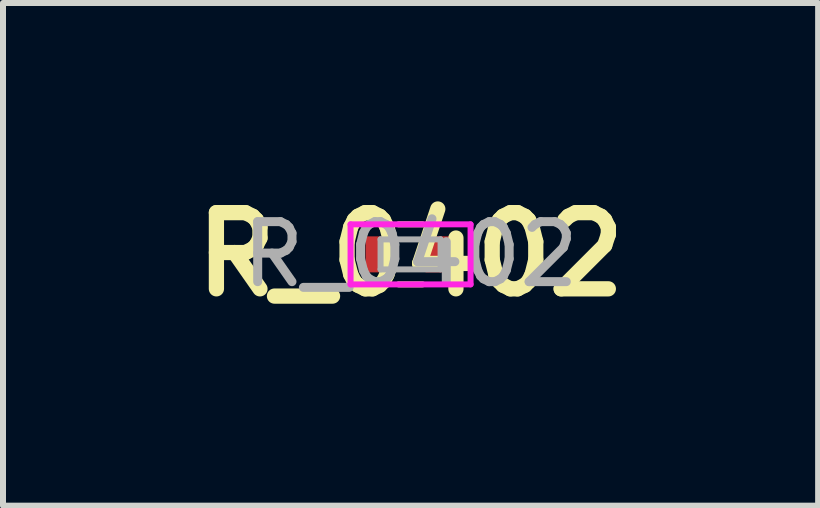
<source format=kicad_pcb>
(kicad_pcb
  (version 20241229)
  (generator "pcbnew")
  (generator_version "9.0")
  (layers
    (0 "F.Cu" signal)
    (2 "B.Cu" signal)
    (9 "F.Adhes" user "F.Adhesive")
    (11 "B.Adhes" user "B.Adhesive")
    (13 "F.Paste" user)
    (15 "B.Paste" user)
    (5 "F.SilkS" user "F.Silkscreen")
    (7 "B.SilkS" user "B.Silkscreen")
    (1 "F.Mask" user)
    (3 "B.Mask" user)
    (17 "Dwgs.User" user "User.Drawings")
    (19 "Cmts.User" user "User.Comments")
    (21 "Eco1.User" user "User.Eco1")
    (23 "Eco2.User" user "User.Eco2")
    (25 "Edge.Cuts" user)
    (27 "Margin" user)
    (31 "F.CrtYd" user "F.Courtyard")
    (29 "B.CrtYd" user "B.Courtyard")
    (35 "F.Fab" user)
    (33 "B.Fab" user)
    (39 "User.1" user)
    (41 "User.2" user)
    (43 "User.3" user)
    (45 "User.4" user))
  (footprint "R_0402"
    (layer "F.Cu")
    (at 3.792 1.189)
    (property "Reference" "R_0402" (at 0 0 0) (unlocked yes) (layer "F.SilkS") (effects (font (size 1.27 1.27) (thickness 0.254) (bold yes))))
    (attr smd)
    (fp_line (start -0.2 -0.5) (end 0.2 -0.5) (stroke (width 0.1) (type default)) (layer "F.SilkS"))
    (fp_line (start -0.2 0.5) (end 0.2 0.5) (stroke (width 0.1) (type default)) (layer "F.SilkS"))
    (fp_line (start -1 -0.5) (end 1 -0.5) (stroke (width 0.1) (type solid)) (layer "F.CrtYd"))
    (fp_line (start -1 0.5) (end -1 -0.5) (stroke (width 0.1) (type solid)) (layer "F.CrtYd"))
    (fp_line (start 1 -0.5) (end 1 0.5) (stroke (width 0.1) (type solid)) (layer "F.CrtYd"))
    (fp_line (start 1 0.5) (end -1 0.5) (stroke (width 0.1) (type solid)) (layer "F.CrtYd"))
    (fp_line (start -0.5 0.25) (end -0.5 -0.25) (stroke (width 0.1) (type solid)) (layer "F.Fab"))
    (fp_line (start 0.5 -0.25) (end -0.5 -0.25) (stroke (width 0.1) (type solid)) (layer "F.Fab"))
    (fp_line (start 0.5 0.25) (end -0.5 0.25) (stroke (width 0.1) (type solid)) (layer "F.Fab"))
    (fp_line (start 0.5 0.25) (end 0.5 -0.25) (stroke (width 0.1) (type solid)) (layer "F.Fab"))
    (fp_text user "${REFERENCE}" (at 0 0 0) (unlocked yes) (layer "F.Fab") (effects (font (size 1 1) (thickness 0.15))))
    (pad "1" smd rect (at -0.5 0) (size 0.5 0.6) (layers "F.Cu" "F.Mask" "F.Paste"))
    (pad "2" smd rect (at 0.5 0) (size 0.5 0.6) (layers "F.Cu" "F.Mask" "F.Paste")))
  (gr_rect
    (start -3 -3)
    (end 10.584 5.377)
    (stroke (width 0.1) (type default))
    (fill no)
    (layer "Edge.Cuts")))
</source>
